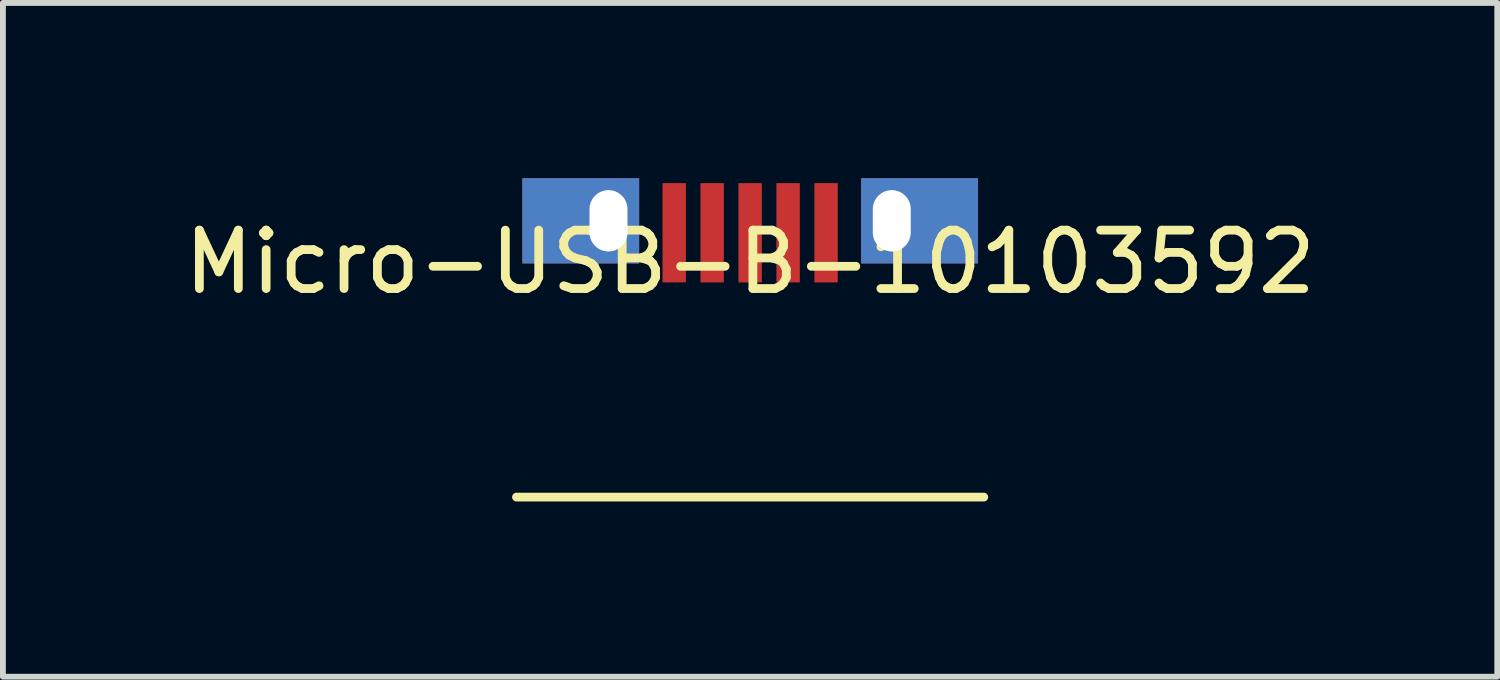
<source format=kicad_pcb>
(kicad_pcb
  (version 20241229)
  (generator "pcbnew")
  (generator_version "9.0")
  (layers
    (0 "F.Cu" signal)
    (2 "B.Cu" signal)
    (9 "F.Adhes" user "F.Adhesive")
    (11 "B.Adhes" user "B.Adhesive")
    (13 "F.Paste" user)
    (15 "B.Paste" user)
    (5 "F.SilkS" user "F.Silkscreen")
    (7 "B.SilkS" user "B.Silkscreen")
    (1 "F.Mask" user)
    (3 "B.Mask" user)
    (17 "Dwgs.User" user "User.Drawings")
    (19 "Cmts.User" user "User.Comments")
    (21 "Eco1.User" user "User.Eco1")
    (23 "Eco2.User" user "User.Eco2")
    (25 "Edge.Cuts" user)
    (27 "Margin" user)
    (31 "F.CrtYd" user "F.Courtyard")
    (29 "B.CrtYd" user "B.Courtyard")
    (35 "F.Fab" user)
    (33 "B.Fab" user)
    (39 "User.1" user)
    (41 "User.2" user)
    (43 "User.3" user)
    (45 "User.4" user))
  (footprint "Micro-USB-B-10103592"
    (layer "F.Cu")
    (at 9.792 0.935)
    (property "Reference" "Micro-USB-B-10103592" (at 0 0.5 0) (layer "F.SilkS") (effects (font (size 1 1) (thickness 0.15))))
    (attr through_hole)
    (fp_line (start -4 4.525) (end 4 4.525) (stroke (width 0.15) (type solid)) (layer "F.SilkS"))
    (pad "1" smd rect (at 1.3 0) (size 0.4 1.7) (layers "F.Cu" "F.Mask" "F.Paste"))
    (pad "2" smd rect (at 0.65 0) (size 0.4 1.7) (layers "F.Cu" "F.Mask" "F.Paste"))
    (pad "3" smd rect (at 0 0) (size 0.4 1.7) (layers "F.Cu" "F.Mask" "F.Paste"))
    (pad "4" smd rect (at -0.65 0) (size 0.4 1.7) (layers "F.Cu" "F.Mask" "F.Paste"))
    (pad "5" smd rect (at -1.3 0) (size 0.4 1.7) (layers "F.Cu" "F.Mask" "F.Paste"))
    (pad "G" thru_hole rect (at -2.425 -0.205) (size 2 1.46) (drill oval 0.65 1.05 (offset -0.475 0)) (layers "*.Mask" "B.Cu"))
    (pad "G" thru_hole rect (at 2.425 -0.205) (size 2 1.46) (drill oval 0.65 1.05 (offset 0.475 0)) (layers "*.Mask" "B.Cu")))
  (gr_rect
    (start -3 -3)
    (end 22.583 8.535)
    (stroke (width 0.1) (type default))
    (fill no)
    (layer "Edge.Cuts")))
</source>
